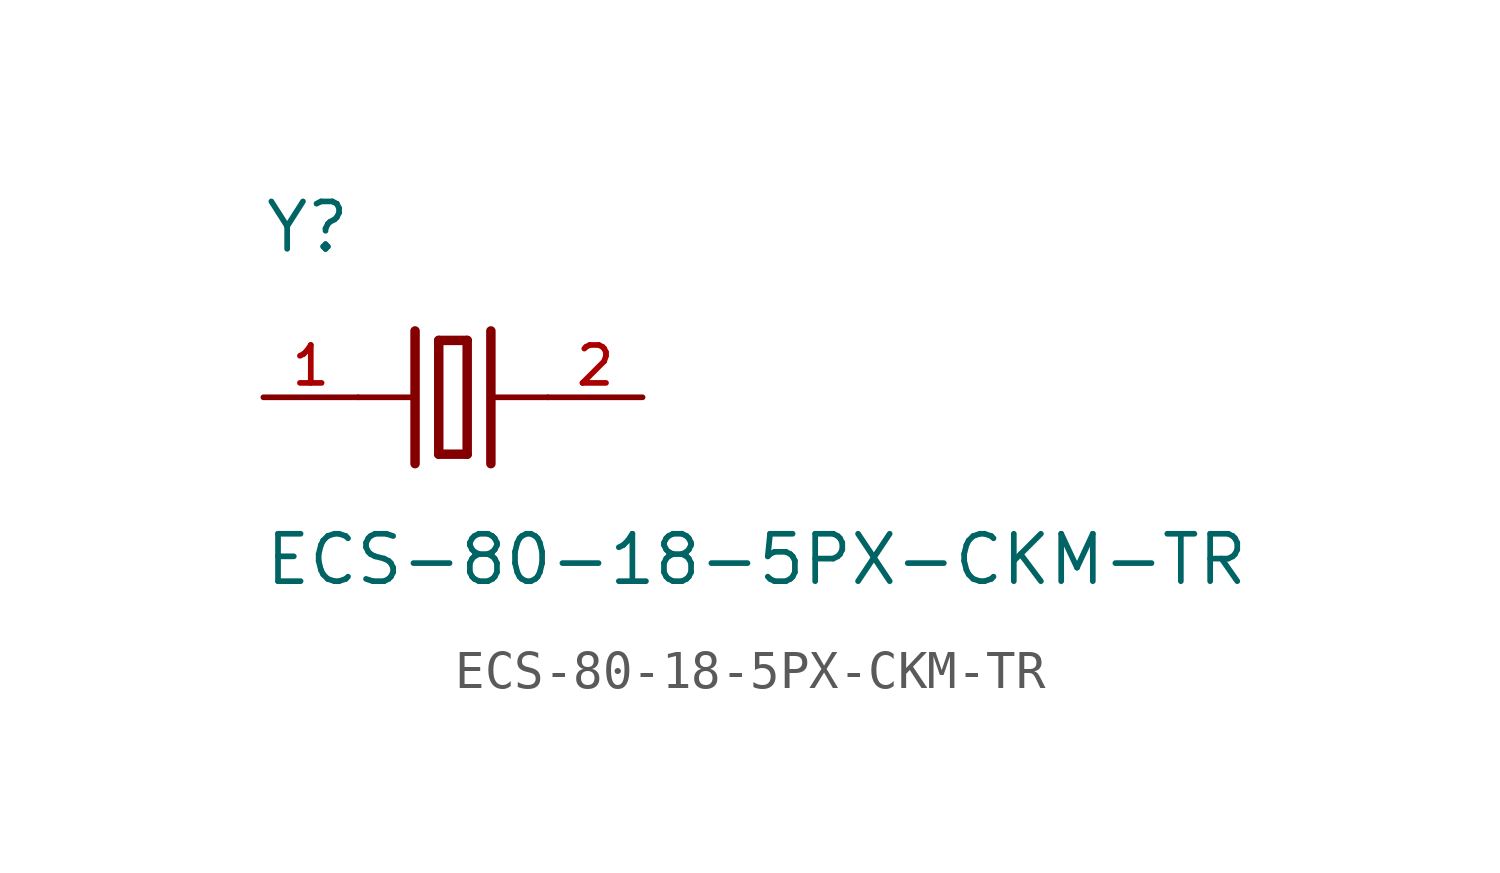
<source format=kicad_sym>
(kicad_symbol_lib
  (version 20211014)
  (generator kicad_symbol_editor)
  (symbol "ECS-80-18-5PX-CKM-TR"
    (pin_names
      (offset 1.016))
    (property "Reference" "Y"
      (at -5.087 3.815 0)
      (effects (font (size 1.27 1.27)) (justify bottom left)))
    (property "Value" "ECS-80-18-5PX-CKM-TR"
      (at -5.09 -5.09 0)
      (effects (font (size 1.27 1.27)) (justify bottom left)))
    (symbol "ECS-80-18-5PX-CKM-TR_0_0"
      (polyline (pts (xy 1.016 0.0) (xy 2.54 0.0)) (stroke (width 0.152)))
      (polyline (pts (xy -2.54 0.0) (xy -1.016 0.0)) (stroke (width 0.152)))
      (polyline (pts (xy -0.381 1.524) (xy -0.381 -1.524)) (stroke (width 0.254)))
      (polyline (pts (xy -0.381 -1.524) (xy 0.381 -1.524)) (stroke (width 0.254)))
      (polyline (pts (xy 0.381 -1.524) (xy 0.381 1.524)) (stroke (width 0.254)))
      (polyline (pts (xy 0.381 1.524) (xy -0.381 1.524)) (stroke (width 0.254)))
      (polyline (pts (xy 1.016 1.778) (xy 1.016 -1.778)) (stroke (width 0.254)))
      (polyline (pts (xy -1.016 1.778) (xy -1.016 -1.778)) (stroke (width 0.254)))
      (pin passive line (at 5.08 0.0 180.0) (length 2.54) (name "~" (effects (font (size 1.016 1.016)))) (number "2" (effects (font (size 1.016 1.016)))))
      (pin passive line (at -5.08 0.0 0) (length 2.54) (name "~" (effects (font (size 1.016 1.016)))) (number "1" (effects (font (size 1.016 1.016))))))))
</source>
